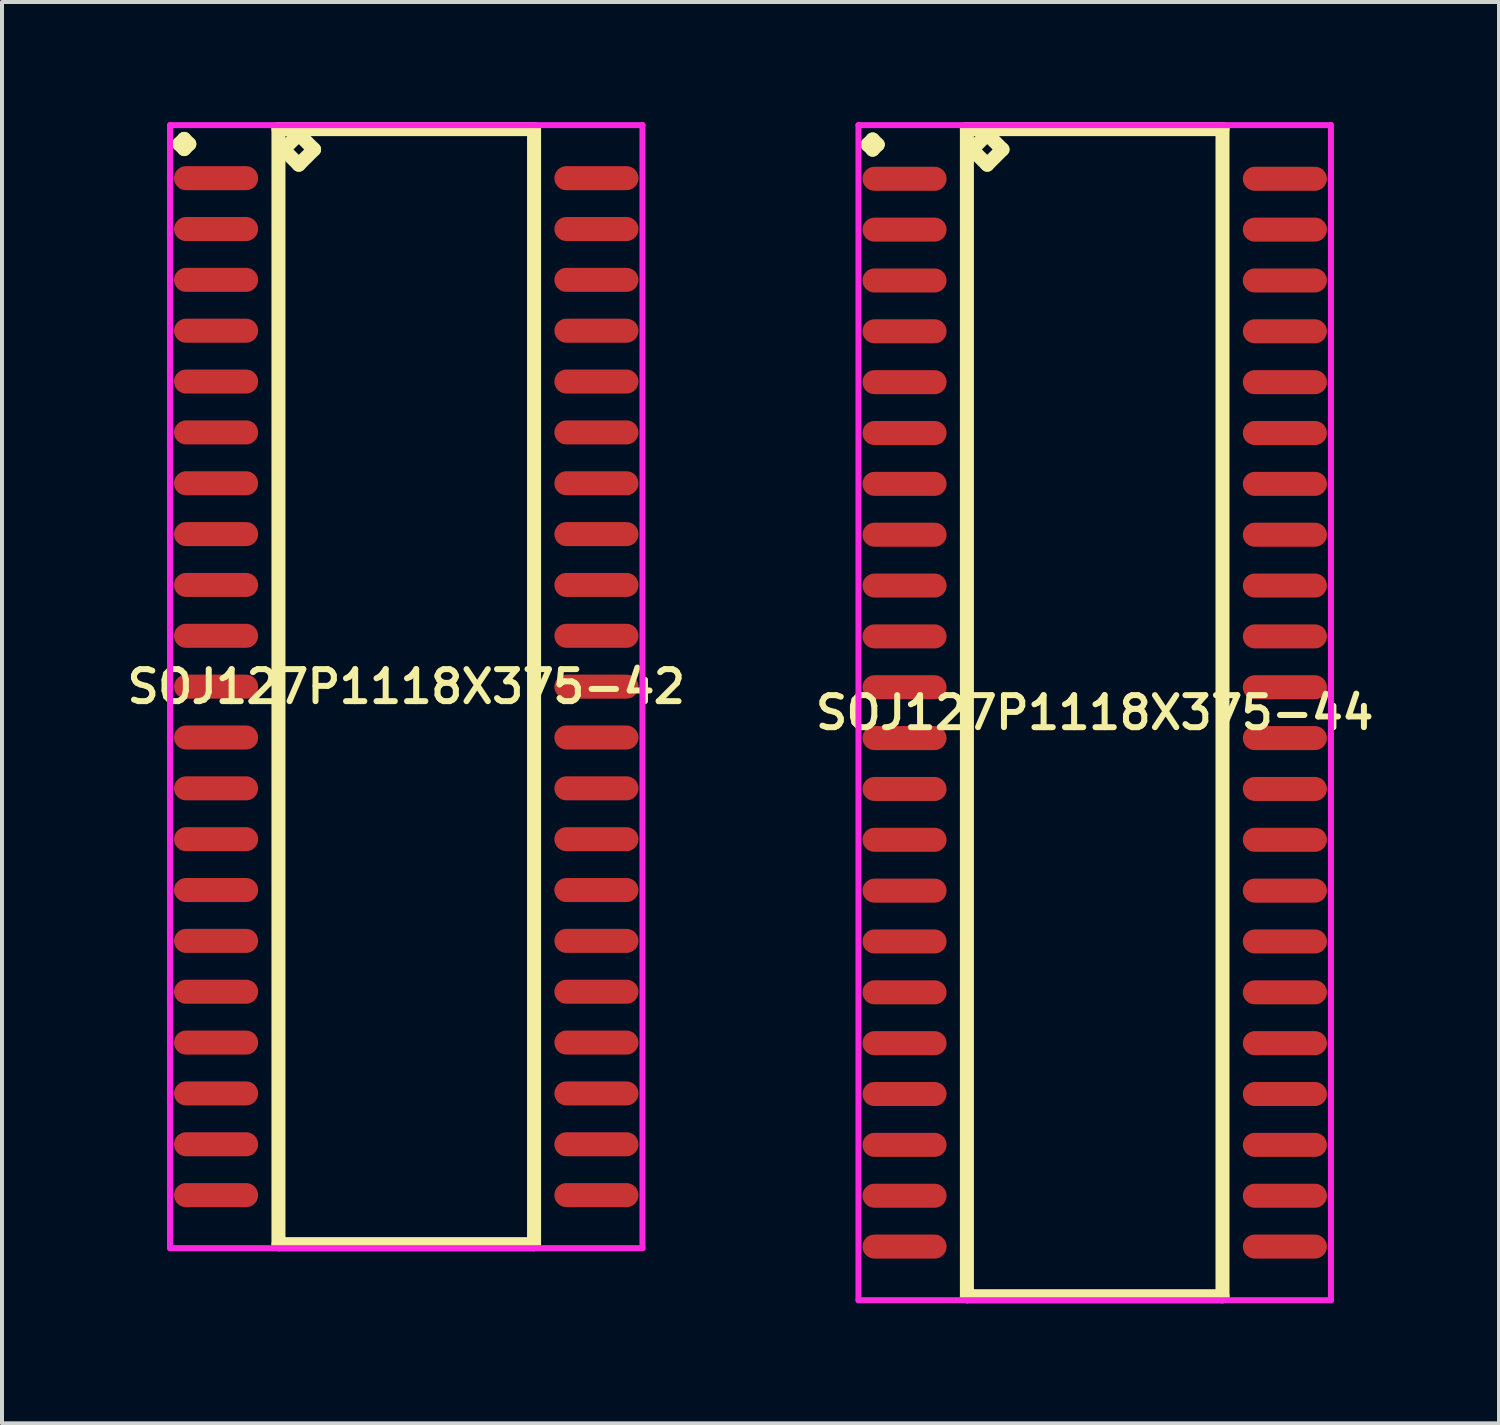
<source format=kicad_pcb>
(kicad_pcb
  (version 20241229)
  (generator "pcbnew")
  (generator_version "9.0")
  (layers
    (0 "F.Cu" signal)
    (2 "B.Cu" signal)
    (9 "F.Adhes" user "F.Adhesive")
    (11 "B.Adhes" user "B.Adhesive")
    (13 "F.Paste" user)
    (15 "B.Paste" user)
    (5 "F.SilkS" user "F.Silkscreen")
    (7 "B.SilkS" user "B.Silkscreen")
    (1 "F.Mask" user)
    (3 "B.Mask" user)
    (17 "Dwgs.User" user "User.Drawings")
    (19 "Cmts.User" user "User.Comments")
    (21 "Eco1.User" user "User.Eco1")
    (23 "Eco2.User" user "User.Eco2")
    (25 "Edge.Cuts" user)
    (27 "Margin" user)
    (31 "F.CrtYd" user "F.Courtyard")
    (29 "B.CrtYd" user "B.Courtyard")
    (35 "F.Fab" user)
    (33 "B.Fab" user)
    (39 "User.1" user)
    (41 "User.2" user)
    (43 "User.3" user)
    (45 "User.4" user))
  (footprint "SOJ127P1118X375-44"
    (layer "F.Cu")
    (at 24.292 14.75)
    (property "Reference" "SOJ127P1118X375-44" (at 0 0 0) (layer "F.SilkS") (effects (font (size 0.8 0.8) (thickness 0.15))))
    (attr smd)
    (fp_line (start -5.673 -14.189) (end -5.546 -14.316) (stroke (width 0.35) (type solid)) (layer "F.SilkS"))
    (fp_line (start -5.546 -14.316) (end -5.419 -14.189) (stroke (width 0.35) (type solid)) (layer "F.SilkS"))
    (fp_line (start -5.546 -14.062) (end -5.673 -14.189) (stroke (width 0.35) (type solid)) (layer "F.SilkS"))
    (fp_line (start -5.419 -14.189) (end -5.546 -14.062) (stroke (width 0.35) (type solid)) (layer "F.SilkS"))
    (fp_line (start -3.192 -14.575) (end -3.192 14.575) (stroke (width 0.35) (type solid)) (layer "F.SilkS"))
    (fp_line (start -3.192 14.575) (end 3.192 14.575) (stroke (width 0.35) (type solid)) (layer "F.SilkS"))
    (fp_line (start -3.065 -14.067) (end -2.684 -14.448) (stroke (width 0.35) (type solid)) (layer "F.SilkS"))
    (fp_line (start -2.684 -14.448) (end -2.303 -14.067) (stroke (width 0.35) (type solid)) (layer "F.SilkS"))
    (fp_line (start -2.684 -13.686) (end -3.065 -14.067) (stroke (width 0.35) (type solid)) (layer "F.SilkS"))
    (fp_line (start -2.303 -14.067) (end -2.684 -13.686) (stroke (width 0.35) (type solid)) (layer "F.SilkS"))
    (fp_line (start 3.192 -14.575) (end -3.192 -14.575) (stroke (width 0.35) (type solid)) (layer "F.SilkS"))
    (fp_line (start 3.192 14.575) (end 3.192 -14.575) (stroke (width 0.35) (type solid)) (layer "F.SilkS"))
    (fp_line (start -5.9 -14.675) (end 5.9 -14.675) (stroke (width 0.15) (type solid)) (layer "F.CrtYd"))
    (fp_line (start -5.9 14.675) (end -5.9 -14.675) (stroke (width 0.15) (type solid)) (layer "F.CrtYd"))
    (fp_line (start 5.9 -14.675) (end 5.9 14.675) (stroke (width 0.15) (type solid)) (layer "F.CrtYd"))
    (fp_line (start 5.9 14.675) (end -5.9 14.675) (stroke (width 0.15) (type solid)) (layer "F.CrtYd"))
    (pad "1" smd oval (at -4.75 -13.335) (size 2.1 0.6) (layers "F.Cu" "F.Mask" "F.Paste"))
    (pad "2" smd oval (at -4.75 -12.065) (size 2.1 0.6) (layers "F.Cu" "F.Mask" "F.Paste"))
    (pad "3" smd oval (at -4.75 -10.795) (size 2.1 0.6) (layers "F.Cu" "F.Mask" "F.Paste"))
    (pad "4" smd oval (at -4.75 -9.525) (size 2.1 0.6) (layers "F.Cu" "F.Mask" "F.Paste"))
    (pad "5" smd oval (at -4.75 -8.255) (size 2.1 0.6) (layers "F.Cu" "F.Mask" "F.Paste"))
    (pad "6" smd oval (at -4.75 -6.985) (size 2.1 0.6) (layers "F.Cu" "F.Mask" "F.Paste"))
    (pad "7" smd oval (at -4.75 -5.715) (size 2.1 0.6) (layers "F.Cu" "F.Mask" "F.Paste"))
    (pad "8" smd oval (at -4.75 -4.445) (size 2.1 0.6) (layers "F.Cu" "F.Mask" "F.Paste"))
    (pad "9" smd oval (at -4.75 -3.175) (size 2.1 0.6) (layers "F.Cu" "F.Mask" "F.Paste"))
    (pad "10" smd oval (at -4.75 -1.905) (size 2.1 0.6) (layers "F.Cu" "F.Mask" "F.Paste"))
    (pad "11" smd oval (at -4.75 -0.635) (size 2.1 0.6) (layers "F.Cu" "F.Mask" "F.Paste"))
    (pad "12" smd oval (at -4.75 0.635) (size 2.1 0.6) (layers "F.Cu" "F.Mask" "F.Paste"))
    (pad "13" smd oval (at -4.75 1.905) (size 2.1 0.6) (layers "F.Cu" "F.Mask" "F.Paste"))
    (pad "14" smd oval (at -4.75 3.175) (size 2.1 0.6) (layers "F.Cu" "F.Mask" "F.Paste"))
    (pad "15" smd oval (at -4.75 4.445) (size 2.1 0.6) (layers "F.Cu" "F.Mask" "F.Paste"))
    (pad "16" smd oval (at -4.75 5.715) (size 2.1 0.6) (layers "F.Cu" "F.Mask" "F.Paste"))
    (pad "17" smd oval (at -4.75 6.985) (size 2.1 0.6) (layers "F.Cu" "F.Mask" "F.Paste"))
    (pad "18" smd oval (at -4.75 8.255) (size 2.1 0.6) (layers "F.Cu" "F.Mask" "F.Paste"))
    (pad "19" smd oval (at -4.75 9.525) (size 2.1 0.6) (layers "F.Cu" "F.Mask" "F.Paste"))
    (pad "20" smd oval (at -4.75 10.795) (size 2.1 0.6) (layers "F.Cu" "F.Mask" "F.Paste"))
    (pad "21" smd oval (at -4.75 12.065) (size 2.1 0.6) (layers "F.Cu" "F.Mask" "F.Paste"))
    (pad "22" smd oval (at -4.75 13.335) (size 2.1 0.6) (layers "F.Cu" "F.Mask" "F.Paste"))
    (pad "23" smd oval (at 4.75 13.335) (size 2.1 0.6) (layers "F.Cu" "F.Mask" "F.Paste"))
    (pad "24" smd oval (at 4.75 12.065) (size 2.1 0.6) (layers "F.Cu" "F.Mask" "F.Paste"))
    (pad "25" smd oval (at 4.75 10.795) (size 2.1 0.6) (layers "F.Cu" "F.Mask" "F.Paste"))
    (pad "26" smd oval (at 4.75 9.525) (size 2.1 0.6) (layers "F.Cu" "F.Mask" "F.Paste"))
    (pad "27" smd oval (at 4.75 8.255) (size 2.1 0.6) (layers "F.Cu" "F.Mask" "F.Paste"))
    (pad "28" smd oval (at 4.75 6.985) (size 2.1 0.6) (layers "F.Cu" "F.Mask" "F.Paste"))
    (pad "29" smd oval (at 4.75 5.715) (size 2.1 0.6) (layers "F.Cu" "F.Mask" "F.Paste"))
    (pad "30" smd oval (at 4.75 4.445) (size 2.1 0.6) (layers "F.Cu" "F.Mask" "F.Paste"))
    (pad "31" smd oval (at 4.75 3.175) (size 2.1 0.6) (layers "F.Cu" "F.Mask" "F.Paste"))
    (pad "32" smd oval (at 4.75 1.905) (size 2.1 0.6) (layers "F.Cu" "F.Mask" "F.Paste"))
    (pad "33" smd oval (at 4.75 0.635) (size 2.1 0.6) (layers "F.Cu" "F.Mask" "F.Paste"))
    (pad "34" smd oval (at 4.75 -0.635) (size 2.1 0.6) (layers "F.Cu" "F.Mask" "F.Paste"))
    (pad "35" smd oval (at 4.75 -1.905) (size 2.1 0.6) (layers "F.Cu" "F.Mask" "F.Paste"))
    (pad "36" smd oval (at 4.75 -3.175) (size 2.1 0.6) (layers "F.Cu" "F.Mask" "F.Paste"))
    (pad "37" smd oval (at 4.75 -4.445) (size 2.1 0.6) (layers "F.Cu" "F.Mask" "F.Paste"))
    (pad "38" smd oval (at 4.75 -5.715) (size 2.1 0.6) (layers "F.Cu" "F.Mask" "F.Paste"))
    (pad "39" smd oval (at 4.75 -6.985) (size 2.1 0.6) (layers "F.Cu" "F.Mask" "F.Paste"))
    (pad "40" smd oval (at 4.75 -8.255) (size 2.1 0.6) (layers "F.Cu" "F.Mask" "F.Paste"))
    (pad "41" smd oval (at 4.75 -9.525) (size 2.1 0.6) (layers "F.Cu" "F.Mask" "F.Paste"))
    (pad "42" smd oval (at 4.75 -10.795) (size 2.1 0.6) (layers "F.Cu" "F.Mask" "F.Paste"))
    (pad "43" smd oval (at 4.75 -12.065) (size 2.1 0.6) (layers "F.Cu" "F.Mask" "F.Paste"))
    (pad "44" smd oval (at 4.75 -13.335) (size 2.1 0.6) (layers "F.Cu" "F.Mask" "F.Paste")))
  (footprint "SOJ127P1118X375-42"
    (layer "F.Cu")
    (at 7.097 14.1)
    (property "Reference" "SOJ127P1118X375-42" (at 0 0 0) (layer "F.SilkS") (effects (font (size 0.8 0.8) (thickness 0.15))))
    (attr smd)
    (fp_line (start -5.673 -13.554) (end -5.546 -13.681) (stroke (width 0.35) (type solid)) (layer "F.SilkS"))
    (fp_line (start -5.546 -13.681) (end -5.419 -13.554) (stroke (width 0.35) (type solid)) (layer "F.SilkS"))
    (fp_line (start -5.546 -13.427) (end -5.673 -13.554) (stroke (width 0.35) (type solid)) (layer "F.SilkS"))
    (fp_line (start -5.419 -13.554) (end -5.546 -13.427) (stroke (width 0.35) (type solid)) (layer "F.SilkS"))
    (fp_line (start -3.192 -13.925) (end -3.192 13.925) (stroke (width 0.35) (type solid)) (layer "F.SilkS"))
    (fp_line (start -3.192 13.925) (end 3.192 13.925) (stroke (width 0.35) (type solid)) (layer "F.SilkS"))
    (fp_line (start -3.065 -13.417) (end -2.684 -13.798) (stroke (width 0.35) (type solid)) (layer "F.SilkS"))
    (fp_line (start -2.684 -13.798) (end -2.303 -13.417) (stroke (width 0.35) (type solid)) (layer "F.SilkS"))
    (fp_line (start -2.684 -13.036) (end -3.065 -13.417) (stroke (width 0.35) (type solid)) (layer "F.SilkS"))
    (fp_line (start -2.303 -13.417) (end -2.684 -13.036) (stroke (width 0.35) (type solid)) (layer "F.SilkS"))
    (fp_line (start 3.192 -13.925) (end -3.192 -13.925) (stroke (width 0.35) (type solid)) (layer "F.SilkS"))
    (fp_line (start 3.192 13.925) (end 3.192 -13.925) (stroke (width 0.35) (type solid)) (layer "F.SilkS"))
    (fp_line (start -5.9 -14.025) (end 5.9 -14.025) (stroke (width 0.15) (type solid)) (layer "F.CrtYd"))
    (fp_line (start -5.9 14.025) (end -5.9 -14.025) (stroke (width 0.15) (type solid)) (layer "F.CrtYd"))
    (fp_line (start 5.9 -14.025) (end 5.9 14.025) (stroke (width 0.15) (type solid)) (layer "F.CrtYd"))
    (fp_line (start 5.9 14.025) (end -5.9 14.025) (stroke (width 0.15) (type solid)) (layer "F.CrtYd"))
    (pad "1" smd oval (at -4.75 -12.7) (size 2.1 0.6) (layers "F.Cu" "F.Mask" "F.Paste"))
    (pad "2" smd oval (at -4.75 -11.43) (size 2.1 0.6) (layers "F.Cu" "F.Mask" "F.Paste"))
    (pad "3" smd oval (at -4.75 -10.16) (size 2.1 0.6) (layers "F.Cu" "F.Mask" "F.Paste"))
    (pad "4" smd oval (at -4.75 -8.89) (size 2.1 0.6) (layers "F.Cu" "F.Mask" "F.Paste"))
    (pad "5" smd oval (at -4.75 -7.62) (size 2.1 0.6) (layers "F.Cu" "F.Mask" "F.Paste"))
    (pad "6" smd oval (at -4.75 -6.35) (size 2.1 0.6) (layers "F.Cu" "F.Mask" "F.Paste"))
    (pad "7" smd oval (at -4.75 -5.08) (size 2.1 0.6) (layers "F.Cu" "F.Mask" "F.Paste"))
    (pad "8" smd oval (at -4.75 -3.81) (size 2.1 0.6) (layers "F.Cu" "F.Mask" "F.Paste"))
    (pad "9" smd oval (at -4.75 -2.54) (size 2.1 0.6) (layers "F.Cu" "F.Mask" "F.Paste"))
    (pad "10" smd oval (at -4.75 -1.27) (size 2.1 0.6) (layers "F.Cu" "F.Mask" "F.Paste"))
    (pad "11" smd oval (at -4.75 0) (size 2.1 0.6) (layers "F.Cu" "F.Mask" "F.Paste"))
    (pad "12" smd oval (at -4.75 1.27) (size 2.1 0.6) (layers "F.Cu" "F.Mask" "F.Paste"))
    (pad "13" smd oval (at -4.75 2.54) (size 2.1 0.6) (layers "F.Cu" "F.Mask" "F.Paste"))
    (pad "14" smd oval (at -4.75 3.81) (size 2.1 0.6) (layers "F.Cu" "F.Mask" "F.Paste"))
    (pad "15" smd oval (at -4.75 5.08) (size 2.1 0.6) (layers "F.Cu" "F.Mask" "F.Paste"))
    (pad "16" smd oval (at -4.75 6.35) (size 2.1 0.6) (layers "F.Cu" "F.Mask" "F.Paste"))
    (pad "17" smd oval (at -4.75 7.62) (size 2.1 0.6) (layers "F.Cu" "F.Mask" "F.Paste"))
    (pad "18" smd oval (at -4.75 8.89) (size 2.1 0.6) (layers "F.Cu" "F.Mask" "F.Paste"))
    (pad "19" smd oval (at -4.75 10.16) (size 2.1 0.6) (layers "F.Cu" "F.Mask" "F.Paste"))
    (pad "20" smd oval (at -4.75 11.43) (size 2.1 0.6) (layers "F.Cu" "F.Mask" "F.Paste"))
    (pad "21" smd oval (at -4.75 12.7) (size 2.1 0.6) (layers "F.Cu" "F.Mask" "F.Paste"))
    (pad "22" smd oval (at 4.75 12.7) (size 2.1 0.6) (layers "F.Cu" "F.Mask" "F.Paste"))
    (pad "23" smd oval (at 4.75 11.43) (size 2.1 0.6) (layers "F.Cu" "F.Mask" "F.Paste"))
    (pad "24" smd oval (at 4.75 10.16) (size 2.1 0.6) (layers "F.Cu" "F.Mask" "F.Paste"))
    (pad "25" smd oval (at 4.75 8.89) (size 2.1 0.6) (layers "F.Cu" "F.Mask" "F.Paste"))
    (pad "26" smd oval (at 4.75 7.62) (size 2.1 0.6) (layers "F.Cu" "F.Mask" "F.Paste"))
    (pad "27" smd oval (at 4.75 6.35) (size 2.1 0.6) (layers "F.Cu" "F.Mask" "F.Paste"))
    (pad "28" smd oval (at 4.75 5.08) (size 2.1 0.6) (layers "F.Cu" "F.Mask" "F.Paste"))
    (pad "29" smd oval (at 4.75 3.81) (size 2.1 0.6) (layers "F.Cu" "F.Mask" "F.Paste"))
    (pad "30" smd oval (at 4.75 2.54) (size 2.1 0.6) (layers "F.Cu" "F.Mask" "F.Paste"))
    (pad "31" smd oval (at 4.75 1.27) (size 2.1 0.6) (layers "F.Cu" "F.Mask" "F.Paste"))
    (pad "32" smd oval (at 4.75 0) (size 2.1 0.6) (layers "F.Cu" "F.Mask" "F.Paste"))
    (pad "33" smd oval (at 4.75 -1.27) (size 2.1 0.6) (layers "F.Cu" "F.Mask" "F.Paste"))
    (pad "34" smd oval (at 4.75 -2.54) (size 2.1 0.6) (layers "F.Cu" "F.Mask" "F.Paste"))
    (pad "35" smd oval (at 4.75 -3.81) (size 2.1 0.6) (layers "F.Cu" "F.Mask" "F.Paste"))
    (pad "36" smd oval (at 4.75 -5.08) (size 2.1 0.6) (layers "F.Cu" "F.Mask" "F.Paste"))
    (pad "37" smd oval (at 4.75 -6.35) (size 2.1 0.6) (layers "F.Cu" "F.Mask" "F.Paste"))
    (pad "38" smd oval (at 4.75 -7.62) (size 2.1 0.6) (layers "F.Cu" "F.Mask" "F.Paste"))
    (pad "39" smd oval (at 4.75 -8.89) (size 2.1 0.6) (layers "F.Cu" "F.Mask" "F.Paste"))
    (pad "40" smd oval (at 4.75 -10.16) (size 2.1 0.6) (layers "F.Cu" "F.Mask" "F.Paste"))
    (pad "41" smd oval (at 4.75 -11.43) (size 2.1 0.6) (layers "F.Cu" "F.Mask" "F.Paste"))
    (pad "42" smd oval (at 4.75 -12.7) (size 2.1 0.6) (layers "F.Cu" "F.Mask" "F.Paste")))
  (gr_rect
    (start -3 -3)
    (end 34.39 32.5)
    (stroke (width 0.1) (type default))
    (fill no)
    (layer "Edge.Cuts")))
</source>
